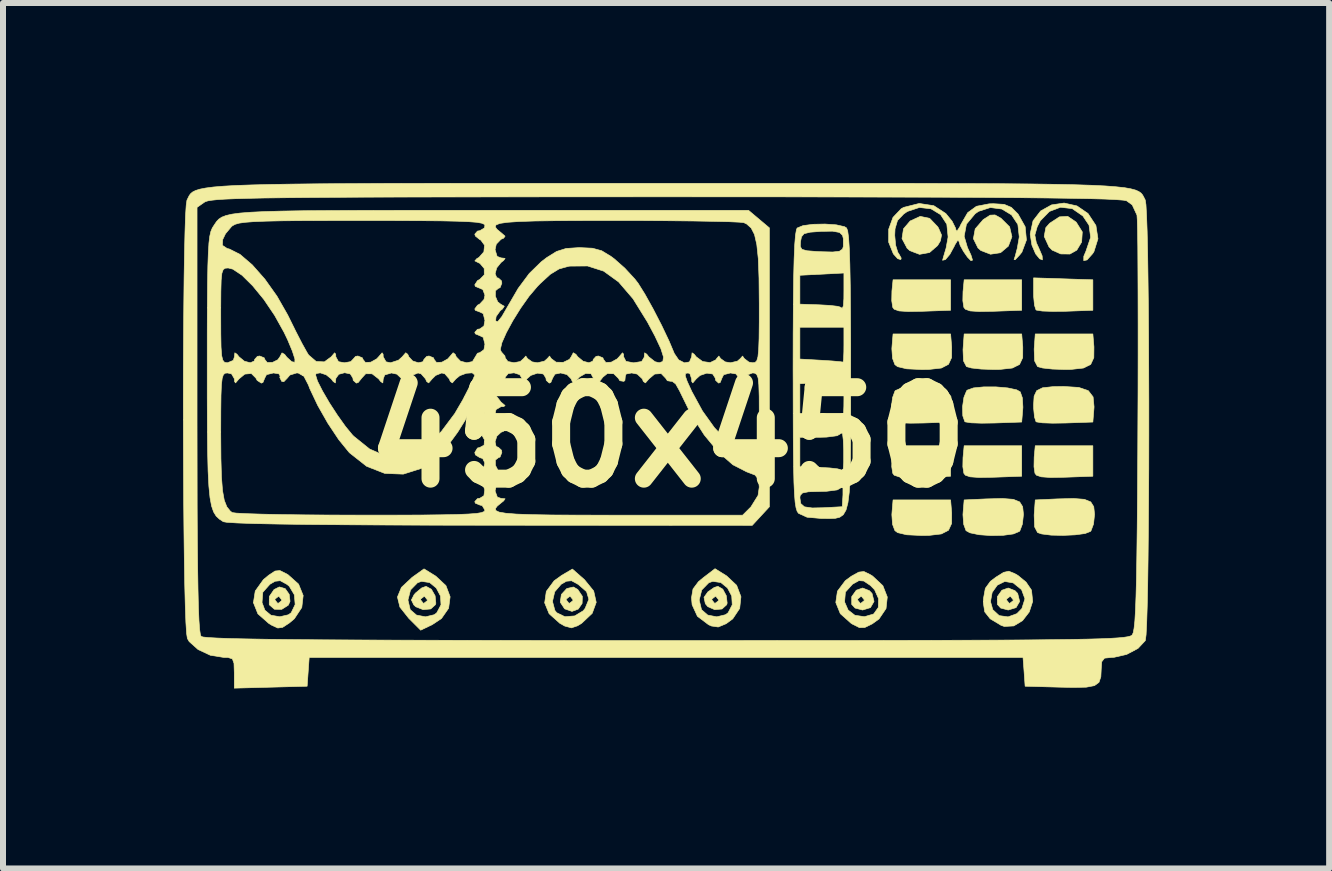
<source format=kicad_pcb>
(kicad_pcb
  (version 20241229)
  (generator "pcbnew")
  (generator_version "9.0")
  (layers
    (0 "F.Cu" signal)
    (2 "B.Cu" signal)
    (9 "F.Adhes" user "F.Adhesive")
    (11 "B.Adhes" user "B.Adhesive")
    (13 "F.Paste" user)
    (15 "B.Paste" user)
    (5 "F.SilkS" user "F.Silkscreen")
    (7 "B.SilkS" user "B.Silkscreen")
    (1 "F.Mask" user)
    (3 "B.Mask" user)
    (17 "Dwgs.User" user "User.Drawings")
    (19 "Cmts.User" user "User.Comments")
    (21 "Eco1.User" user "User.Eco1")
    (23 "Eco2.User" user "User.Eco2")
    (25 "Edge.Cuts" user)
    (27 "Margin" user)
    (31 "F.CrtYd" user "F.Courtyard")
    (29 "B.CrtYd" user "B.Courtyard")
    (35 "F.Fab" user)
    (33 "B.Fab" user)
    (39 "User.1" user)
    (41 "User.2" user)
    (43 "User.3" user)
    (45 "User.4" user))
  (footprint "450x450"
    (layer "F.Cu")
    (at 8.08 4.238)
    (property "Reference" "450x450" (at 0 0 0) (layer "F.SilkS") (effects (font (size 1.524 1.524) (thickness 0.3))))
    (attr through_hole)
    (fp_poly (pts (xy 4.713 -2.117) (xy 4.247 -2.1) (xy 4.004 -2.096) (xy 3.853 -2.106) (xy 3.773 -2.134) (xy 3.749 -2.165) (xy 3.732 -2.276) (xy 3.735 -2.431) (xy 3.735 -2.436) (xy 3.754 -2.625) (xy 4.713 -2.625) (xy 4.713 -2.117)) (stroke (width 0.01) (type solid)) (fill yes) (layer "F.SilkS"))
    (fp_poly (pts (xy 4.713 0.649) (xy 4.247 0.666) (xy 4.004 0.67) (xy 3.853 0.659) (xy 3.773 0.632) (xy 3.749 0.6) (xy 3.732 0.49) (xy 3.735 0.335) (xy 3.735 0.33) (xy 3.754 0.141) (xy 4.713 0.141) (xy 4.713 0.649)) (stroke (width 0.01) (type solid)) (fill yes) (layer "F.SilkS"))
    (fp_poly (pts (xy 5.898 -2.117) (xy 5.432 -2.1) (xy 5.189 -2.096) (xy 5.038 -2.106) (xy 4.959 -2.134) (xy 4.934 -2.165) (xy 4.917 -2.276) (xy 4.92 -2.431) (xy 4.921 -2.436) (xy 4.939 -2.625) (xy 5.898 -2.625) (xy 5.898 -2.117)) (stroke (width 0.01) (type solid)) (fill yes) (layer "F.SilkS"))
    (fp_poly (pts (xy 5.898 0.649) (xy 5.432 0.666) (xy 5.189 0.67) (xy 5.038 0.659) (xy 4.959 0.632) (xy 4.934 0.6) (xy 4.917 0.49) (xy 4.92 0.335) (xy 4.921 0.33) (xy 4.939 0.141) (xy 5.898 0.141) (xy 5.898 0.649)) (stroke (width 0.01) (type solid)) (fill yes) (layer "F.SilkS"))
    (fp_poly (pts (xy 7.084 -2.625) (xy 7.084 -2.117) (xy 6.63 -2.1) (xy 6.413 -2.098) (xy 6.241 -2.104) (xy 6.145 -2.119) (xy 6.136 -2.124) (xy 6.111 -2.2) (xy 6.097 -2.346) (xy 6.096 -2.41) (xy 6.096 -2.657) (xy 7.084 -2.625)) (stroke (width 0.01) (type solid)) (fill yes) (layer "F.SilkS"))
    (fp_poly (pts (xy 7.084 0.649) (xy 6.617 0.666) (xy 6.375 0.67) (xy 6.224 0.659) (xy 6.144 0.632) (xy 6.119 0.6) (xy 6.103 0.49) (xy 6.106 0.335) (xy 6.106 0.33) (xy 6.124 0.141) (xy 7.084 0.141) (xy 7.084 0.649)) (stroke (width 0.01) (type solid)) (fill yes) (layer "F.SilkS"))
    (fp_poly (pts (xy 4.364 -3.649) (xy 4.499 -3.508) (xy 4.512 -3.486) (xy 4.562 -3.371) (xy 4.544 -3.275) (xy 4.497 -3.196) (xy 4.362 -3.079) (xy 4.195 -3.049) (xy 4.034 -3.11) (xy 3.988 -3.151) (xy 3.903 -3.312) (xy 3.928 -3.475) (xy 4.039 -3.605) (xy 4.207 -3.682) (xy 4.364 -3.649)) (stroke (width 0.01) (type solid)) (fill yes) (layer "F.SilkS"))
    (fp_poly (pts (xy 4.731 -1.506) (xy 4.73 -1.328) (xy 4.678 -1.216) (xy 4.559 -1.154) (xy 4.355 -1.131) (xy 4.233 -1.129) (xy 3.981 -1.141) (xy 3.83 -1.177) (xy 3.785 -1.21) (xy 3.745 -1.316) (xy 3.734 -1.475) (xy 3.736 -1.506) (xy 3.754 -1.722) (xy 4.713 -1.722) (xy 4.731 -1.506)) (stroke (width 0.01) (type solid)) (fill yes) (layer "F.SilkS"))
    (fp_poly (pts (xy 4.731 1.26) (xy 4.73 1.437) (xy 4.678 1.55) (xy 4.559 1.611) (xy 4.355 1.635) (xy 4.233 1.637) (xy 3.981 1.625) (xy 3.83 1.589) (xy 3.785 1.556) (xy 3.745 1.45) (xy 3.734 1.291) (xy 3.736 1.26) (xy 3.754 1.044) (xy 4.713 1.044) (xy 4.731 1.26)) (stroke (width 0.01) (type solid)) (fill yes) (layer "F.SilkS"))
    (fp_poly (pts (xy 5.552 -3.651) (xy 5.697 -3.507) (xy 5.735 -3.342) (xy 5.676 -3.186) (xy 5.545 -3.076) (xy 5.378 -3.051) (xy 5.217 -3.113) (xy 5.169 -3.156) (xy 5.093 -3.31) (xy 5.123 -3.473) (xy 5.253 -3.624) (xy 5.26 -3.63) (xy 5.372 -3.702) (xy 5.453 -3.706) (xy 5.552 -3.651)) (stroke (width 0.01) (type solid)) (fill yes) (layer "F.SilkS"))
    (fp_poly (pts (xy 5.916 -1.506) (xy 5.915 -1.327) (xy 5.862 -1.214) (xy 5.742 -1.154) (xy 5.535 -1.131) (xy 5.426 -1.13) (xy 5.223 -1.137) (xy 5.06 -1.155) (xy 4.978 -1.178) (xy 4.928 -1.273) (xy 4.92 -1.461) (xy 4.921 -1.473) (xy 4.939 -1.722) (xy 5.898 -1.722) (xy 5.916 -1.506)) (stroke (width 0.01) (type solid)) (fill yes) (layer "F.SilkS"))
    (fp_poly (pts (xy 6.802 -3.589) (xy 6.808 -3.583) (xy 6.908 -3.423) (xy 6.897 -3.254) (xy 6.816 -3.119) (xy 6.701 -3.054) (xy 6.548 -3.056) (xy 6.406 -3.119) (xy 6.353 -3.173) (xy 6.273 -3.348) (xy 6.3 -3.494) (xy 6.364 -3.567) (xy 6.527 -3.674) (xy 6.665 -3.682) (xy 6.802 -3.589)) (stroke (width 0.01) (type solid)) (fill yes) (layer "F.SilkS"))
    (fp_poly (pts (xy 7.102 -1.506) (xy 7.1 -1.327) (xy 7.048 -1.214) (xy 6.927 -1.154) (xy 6.72 -1.131) (xy 6.611 -1.13) (xy 6.408 -1.137) (xy 6.245 -1.155) (xy 6.163 -1.178) (xy 6.113 -1.273) (xy 6.106 -1.461) (xy 6.106 -1.473) (xy 6.124 -1.722) (xy 7.084 -1.722) (xy 7.102 -1.506)) (stroke (width 0.01) (type solid)) (fill yes) (layer "F.SilkS"))
    (fp_poly (pts (xy 6.85 -0.831) (xy 7.008 -0.777) (xy 7.088 -0.673) (xy 7.104 -0.507) (xy 7.102 -0.478) (xy 7.084 -0.254) (xy 6.63 -0.238) (xy 6.413 -0.235) (xy 6.241 -0.241) (xy 6.145 -0.256) (xy 6.136 -0.261) (xy 6.111 -0.338) (xy 6.097 -0.482) (xy 6.096 -0.54) (xy 6.105 -0.686) (xy 6.148 -0.777) (xy 6.245 -0.825) (xy 6.418 -0.844) (xy 6.598 -0.847) (xy 6.85 -0.831)) (stroke (width 0.01) (type solid)) (fill yes) (layer "F.SilkS"))
    (fp_poly (pts (xy 4.461 -0.828) (xy 4.61 -0.795) (xy 4.65 -0.774) (xy 4.719 -0.679) (xy 4.734 -0.519) (xy 4.731 -0.478) (xy 4.713 -0.254) (xy 4.259 -0.238) (xy 4.042 -0.235) (xy 3.871 -0.241) (xy 3.774 -0.256) (xy 3.765 -0.261) (xy 3.732 -0.354) (xy 3.727 -0.504) (xy 3.745 -0.66) (xy 3.785 -0.769) (xy 3.793 -0.779) (xy 3.892 -0.82) (xy 4.063 -0.841) (xy 4.266 -0.844) (xy 4.461 -0.828)) (stroke (width 0.01) (type solid)) (fill yes) (layer "F.SilkS"))
    (fp_poly (pts (xy 5.468 -0.84) (xy 5.664 -0.823) (xy 5.814 -0.791) (xy 5.874 -0.757) (xy 5.909 -0.657) (xy 5.918 -0.502) (xy 5.916 -0.47) (xy 5.898 -0.254) (xy 5.444 -0.238) (xy 5.228 -0.235) (xy 5.056 -0.241) (xy 4.96 -0.256) (xy 4.95 -0.261) (xy 4.916 -0.358) (xy 4.912 -0.51) (xy 4.935 -0.666) (xy 4.98 -0.775) (xy 4.991 -0.786) (xy 5.094 -0.823) (xy 5.265 -0.84) (xy 5.468 -0.84)) (stroke (width 0.01) (type solid)) (fill yes) (layer "F.SilkS"))
    (fp_poly (pts (xy 5.758 1.034) (xy 5.864 1.077) (xy 5.914 1.157) (xy 5.927 1.282) (xy 5.927 1.288) (xy 5.91 1.446) (xy 5.868 1.558) (xy 5.859 1.569) (xy 5.759 1.611) (xy 5.589 1.634) (xy 5.386 1.638) (xy 5.188 1.624) (xy 5.035 1.592) (xy 4.97 1.556) (xy 4.931 1.45) (xy 4.919 1.291) (xy 4.921 1.26) (xy 4.939 1.044) (xy 5.304 1.027) (xy 5.578 1.02) (xy 5.758 1.034)) (stroke (width 0.01) (type solid)) (fill yes) (layer "F.SilkS"))
    (fp_poly (pts (xy 6.943 1.034) (xy 7.049 1.077) (xy 7.099 1.157) (xy 7.112 1.282) (xy 7.112 1.288) (xy 7.095 1.446) (xy 7.053 1.558) (xy 7.044 1.569) (xy 6.954 1.604) (xy 6.79 1.626) (xy 6.589 1.635) (xy 6.39 1.631) (xy 6.231 1.611) (xy 6.163 1.588) (xy 6.113 1.493) (xy 6.106 1.305) (xy 6.106 1.293) (xy 6.124 1.044) (xy 6.489 1.027) (xy 6.763 1.02) (xy 6.943 1.034)) (stroke (width 0.01) (type solid)) (fill yes) (layer "F.SilkS"))
    (fp_poly (pts (xy -1.501 2.536) (xy -1.424 2.651) (xy -1.428 2.769) (xy -1.492 2.863) (xy -1.597 2.902) (xy -1.72 2.859) (xy -1.793 2.748) (xy -1.787 2.709) (xy -1.693 2.709) (xy -1.65 2.764) (xy -1.637 2.766) (xy -1.582 2.723) (xy -1.58 2.709) (xy -1.623 2.655) (xy -1.637 2.653) (xy -1.692 2.696) (xy -1.693 2.709) (xy -1.787 2.709) (xy -1.774 2.619) (xy -1.684 2.521) (xy -1.573 2.495) (xy -1.501 2.536)) (stroke (width 0.01) (type solid)) (fill yes) (layer "F.SilkS"))
    (fp_poly (pts (xy 3.359 2.556) (xy 3.404 2.603) (xy 3.437 2.736) (xy 3.377 2.839) (xy 3.246 2.879) (xy 3.121 2.846) (xy 3.065 2.786) (xy 3.065 2.709) (xy 3.161 2.709) (xy 3.204 2.764) (xy 3.217 2.766) (xy 3.272 2.723) (xy 3.274 2.709) (xy 3.231 2.655) (xy 3.217 2.653) (xy 3.163 2.696) (xy 3.161 2.709) (xy 3.065 2.709) (xy 3.065 2.656) (xy 3.141 2.549) (xy 3.246 2.512) (xy 3.359 2.556)) (stroke (width 0.01) (type solid)) (fill yes) (layer "F.SilkS"))
    (fp_poly (pts (xy 5.786 2.556) (xy 5.831 2.603) (xy 5.864 2.736) (xy 5.804 2.839) (xy 5.673 2.879) (xy 5.548 2.846) (xy 5.493 2.786) (xy 5.492 2.709) (xy 5.644 2.709) (xy 5.687 2.764) (xy 5.701 2.766) (xy 5.756 2.723) (xy 5.757 2.709) (xy 5.714 2.655) (xy 5.701 2.653) (xy 5.646 2.696) (xy 5.644 2.709) (xy 5.492 2.709) (xy 5.492 2.656) (xy 5.568 2.549) (xy 5.673 2.512) (xy 5.786 2.556)) (stroke (width 0.01) (type solid)) (fill yes) (layer "F.SilkS"))
    (fp_poly (pts (xy -6.377 2.522) (xy -6.31 2.617) (xy -6.296 2.734) (xy -6.325 2.798) (xy -6.435 2.868) (xy -6.557 2.866) (xy -6.64 2.793) (xy -6.643 2.786) (xy -6.642 2.709) (xy -6.548 2.709) (xy -6.505 2.764) (xy -6.491 2.766) (xy -6.436 2.723) (xy -6.435 2.709) (xy -6.478 2.655) (xy -6.491 2.653) (xy -6.546 2.696) (xy -6.548 2.709) (xy -6.642 2.709) (xy -6.642 2.654) (xy -6.563 2.538) (xy -6.475 2.494) (xy -6.377 2.522)) (stroke (width 0.01) (type solid)) (fill yes) (layer "F.SilkS"))
    (fp_poly (pts (xy 0.916 2.531) (xy 0.975 2.641) (xy 0.989 2.762) (xy 0.982 2.79) (xy 0.903 2.862) (xy 0.782 2.873) (xy 0.667 2.823) (xy 0.625 2.773) (xy 0.612 2.709) (xy 0.734 2.709) (xy 0.777 2.764) (xy 0.79 2.766) (xy 0.845 2.723) (xy 0.847 2.709) (xy 0.804 2.655) (xy 0.79 2.653) (xy 0.735 2.696) (xy 0.734 2.709) (xy 0.612 2.709) (xy 0.603 2.667) (xy 0.669 2.575) (xy 0.773 2.503) (xy 0.835 2.484) (xy 0.916 2.531)) (stroke (width 0.01) (type solid)) (fill yes) (layer "F.SilkS"))
    (fp_poly (pts (xy -3.941 2.532) (xy -3.878 2.642) (xy -3.866 2.766) (xy -3.873 2.79) (xy -3.951 2.861) (xy -4.077 2.873) (xy -4.2 2.825) (xy -4.234 2.793) (xy -4.273 2.712) (xy -4.272 2.709) (xy -4.12 2.709) (xy -4.077 2.764) (xy -4.064 2.766) (xy -4.009 2.723) (xy -4.008 2.709) (xy -4.051 2.655) (xy -4.064 2.653) (xy -4.119 2.696) (xy -4.12 2.709) (xy -4.272 2.709) (xy -4.229 2.624) (xy -4.204 2.595) (xy -4.102 2.511) (xy -4.029 2.484) (xy -3.941 2.532)) (stroke (width 0.01) (type solid)) (fill yes) (layer "F.SilkS"))
    (fp_poly (pts (xy -3.866 2.315) (xy -3.698 2.472) (xy -3.628 2.658) (xy -3.653 2.849) (xy -3.772 3.02) (xy -3.925 3.122) (xy -4.119 3.215) (xy -4.317 3.017) (xy -4.465 2.83) (xy -4.494 2.712) (xy -4.331 2.712) (xy -4.293 2.873) (xy -4.189 2.963) (xy -4.038 2.992) (xy -3.893 2.957) (xy -3.85 2.924) (xy -3.78 2.792) (xy -3.789 2.645) (xy -3.859 2.512) (xy -3.97 2.421) (xy -4.105 2.401) (xy -4.172 2.425) (xy -4.288 2.544) (xy -4.331 2.712) (xy -4.494 2.712) (xy -4.506 2.662) (xy -4.44 2.502) (xy -4.263 2.336) (xy -4.233 2.314) (xy -4.063 2.193) (xy -3.866 2.315)) (stroke (width 0.01) (type solid)) (fill yes) (layer "F.SilkS"))
    (fp_poly (pts (xy -1.388 2.374) (xy -1.235 2.562) (xy -1.193 2.751) (xy -1.26 2.934) (xy -1.436 3.1) (xy -1.505 3.142) (xy -1.606 3.176) (xy -1.718 3.146) (xy -1.8 3.1) (xy -1.978 2.941) (xy -2.053 2.758) (xy -2.049 2.736) (xy -1.922 2.736) (xy -1.882 2.886) (xy -1.851 2.924) (xy -1.715 2.99) (xy -1.552 2.977) (xy -1.411 2.892) (xy -1.378 2.851) (xy -1.316 2.7) (xy -1.354 2.573) (xy -1.493 2.452) (xy -1.604 2.391) (xy -1.69 2.399) (xy -1.778 2.45) (xy -1.885 2.575) (xy -1.922 2.736) (xy -2.049 2.736) (xy -2.025 2.568) (xy -1.895 2.392) (xy -1.769 2.301) (xy -1.59 2.196) (xy -1.388 2.374)) (stroke (width 0.01) (type solid)) (fill yes) (layer "F.SilkS"))
    (fp_poly (pts (xy 0.98 2.31) (xy 1.147 2.467) (xy 1.219 2.657) (xy 1.198 2.852) (xy 1.082 3.026) (xy 0.972 3.107) (xy 0.84 3.162) (xy 0.726 3.145) (xy 0.678 3.123) (xy 0.493 2.983) (xy 0.405 2.791) (xy 0.398 2.712) (xy 0.523 2.712) (xy 0.562 2.873) (xy 0.665 2.963) (xy 0.816 2.992) (xy 0.961 2.957) (xy 1.005 2.924) (xy 1.074 2.792) (xy 1.065 2.645) (xy 0.995 2.512) (xy 0.884 2.421) (xy 0.749 2.401) (xy 0.682 2.425) (xy 0.566 2.544) (xy 0.523 2.712) (xy 0.398 2.712) (xy 0.395 2.673) (xy 0.42 2.528) (xy 0.511 2.406) (xy 0.591 2.34) (xy 0.787 2.19) (xy 0.98 2.31)) (stroke (width 0.01) (type solid)) (fill yes) (layer "F.SilkS"))
    (fp_poly (pts (xy 6.819 -3.856) (xy 7.003 -3.73) (xy 7.135 -3.53) (xy 7.169 -3.308) (xy 7.102 -3.094) (xy 7.081 -3.061) (xy 6.987 -2.956) (xy 6.932 -2.944) (xy 6.933 -3.017) (xy 6.969 -3.102) (xy 7.047 -3.333) (xy 7.02 -3.535) (xy 6.917 -3.689) (xy 6.74 -3.811) (xy 6.545 -3.834) (xy 6.36 -3.764) (xy 6.208 -3.608) (xy 6.156 -3.508) (xy 6.117 -3.37) (xy 6.142 -3.242) (xy 6.18 -3.161) (xy 6.239 -3.023) (xy 6.243 -2.957) (xy 6.197 -2.975) (xy 6.13 -3.057) (xy 6.068 -3.203) (xy 6.04 -3.381) (xy 6.04 -3.392) (xy 6.087 -3.608) (xy 6.214 -3.772) (xy 6.395 -3.873) (xy 6.605 -3.904) (xy 6.819 -3.856)) (stroke (width 0.01) (type solid)) (fill yes) (layer "F.SilkS"))
    (fp_poly (pts (xy -6.354 2.276) (xy -6.329 2.291) (xy -6.154 2.447) (xy -6.077 2.637) (xy -6.1 2.836) (xy -6.223 3.023) (xy -6.308 3.095) (xy -6.42 3.168) (xy -6.5 3.179) (xy -6.604 3.131) (xy -6.652 3.101) (xy -6.832 2.942) (xy -6.906 2.757) (xy -6.906 2.754) (xy -6.763 2.754) (xy -6.715 2.882) (xy -6.615 2.965) (xy -6.467 2.991) (xy -6.324 2.958) (xy -6.277 2.924) (xy -6.211 2.787) (xy -6.224 2.625) (xy -6.309 2.483) (xy -6.35 2.45) (xy -6.46 2.39) (xy -6.547 2.4) (xy -6.632 2.45) (xy -6.75 2.583) (xy -6.763 2.754) (xy -6.906 2.754) (xy -6.876 2.562) (xy -6.74 2.372) (xy -6.652 2.299) (xy -6.546 2.229) (xy -6.465 2.221) (xy -6.354 2.276)) (stroke (width 0.01) (type solid)) (fill yes) (layer "F.SilkS"))
    (fp_poly (pts (xy 3.369 2.286) (xy 3.413 2.313) (xy 3.584 2.473) (xy 3.658 2.662) (xy 3.637 2.855) (xy 3.52 3.028) (xy 3.408 3.109) (xy 3.283 3.17) (xy 3.193 3.172) (xy 3.077 3.114) (xy 3.053 3.099) (xy 2.875 2.94) (xy 2.8 2.755) (xy 2.801 2.744) (xy 2.946 2.744) (xy 3.005 2.879) (xy 3.117 2.966) (xy 3.277 2.99) (xy 3.43 2.945) (xy 3.431 2.944) (xy 3.508 2.836) (xy 3.512 2.689) (xy 3.446 2.541) (xy 3.376 2.469) (xy 3.265 2.395) (xy 3.185 2.389) (xy 3.079 2.448) (xy 2.96 2.58) (xy 2.946 2.744) (xy 2.801 2.744) (xy 2.827 2.565) (xy 2.958 2.39) (xy 3.058 2.316) (xy 3.183 2.247) (xy 3.268 2.237) (xy 3.369 2.286)) (stroke (width 0.01) (type solid)) (fill yes) (layer "F.SilkS"))
    (fp_poly (pts (xy 5.779 2.27) (xy 5.836 2.303) (xy 5.971 2.414) (xy 6.06 2.545) (xy 6.062 2.552) (xy 6.081 2.736) (xy 6.024 2.911) (xy 5.912 3.056) (xy 5.766 3.144) (xy 5.608 3.153) (xy 5.552 3.133) (xy 5.373 3.025) (xy 5.282 2.91) (xy 5.258 2.755) (xy 5.258 2.738) (xy 5.378 2.738) (xy 5.416 2.873) (xy 5.523 2.972) (xy 5.671 2.993) (xy 5.818 2.939) (xy 5.901 2.854) (xy 5.952 2.692) (xy 5.896 2.54) (xy 5.757 2.427) (xy 5.616 2.403) (xy 5.492 2.464) (xy 5.406 2.585) (xy 5.378 2.738) (xy 5.258 2.738) (xy 5.261 2.688) (xy 5.292 2.517) (xy 5.377 2.4) (xy 5.47 2.33) (xy 5.597 2.251) (xy 5.683 2.232) (xy 5.779 2.27)) (stroke (width 0.01) (type solid)) (fill yes) (layer "F.SilkS"))
    (fp_poly (pts (xy 4.433 -3.86) (xy 4.633 -3.73) (xy 4.738 -3.601) (xy 4.796 -3.485) (xy 4.8 -3.462) (xy 4.818 -3.434) (xy 4.865 -3.505) (xy 4.886 -3.55) (xy 4.998 -3.744) (xy 5.144 -3.85) (xy 5.356 -3.891) (xy 5.428 -3.893) (xy 5.606 -3.882) (xy 5.725 -3.832) (xy 5.837 -3.721) (xy 5.956 -3.509) (xy 5.977 -3.288) (xy 5.901 -3.085) (xy 5.865 -3.04) (xy 5.789 -2.959) (xy 5.771 -2.962) (xy 5.79 -3.02) (xy 5.825 -3.153) (xy 5.855 -3.325) (xy 5.857 -3.342) (xy 5.834 -3.547) (xy 5.729 -3.706) (xy 5.567 -3.804) (xy 5.376 -3.829) (xy 5.18 -3.766) (xy 5.122 -3.726) (xy 4.977 -3.552) (xy 4.939 -3.35) (xy 4.994 -3.163) (xy 5.053 -3.036) (xy 5.078 -2.955) (xy 5.078 -2.952) (xy 5.052 -2.944) (xy 4.994 -3.003) (xy 4.927 -3.099) (xy 4.872 -3.199) (xy 4.852 -3.266) (xy 4.832 -3.284) (xy 4.787 -3.212) (xy 4.773 -3.182) (xy 4.7 -3.048) (xy 4.628 -2.963) (xy 4.624 -2.961) (xy 4.579 -2.95) (xy 4.599 -3.023) (xy 4.6 -3.025) (xy 4.638 -3.154) (xy 4.669 -3.324) (xy 4.671 -3.341) (xy 4.65 -3.551) (xy 4.546 -3.711) (xy 4.386 -3.808) (xy 4.193 -3.83) (xy 3.993 -3.764) (xy 3.931 -3.721) (xy 3.828 -3.613) (xy 3.787 -3.474) (xy 3.782 -3.366) (xy 3.797 -3.201) (xy 3.834 -3.081) (xy 3.849 -3.06) (xy 3.89 -2.987) (xy 3.883 -2.961) (xy 3.831 -2.977) (xy 3.759 -3.057) (xy 3.68 -3.253) (xy 3.681 -3.468) (xy 3.753 -3.665) (xy 3.89 -3.809) (xy 3.932 -3.832) (xy 4.19 -3.897) (xy 4.433 -3.86)) (stroke (width 0.01) (type solid)) (fill yes) (layer "F.SilkS"))
    (fp_poly (pts (xy 2.808 -3.541) (xy 2.945 -3.51) (xy 2.98 -3.488) (xy 2.998 -3.439) (xy 3.013 -3.327) (xy 3.025 -3.143) (xy 3.034 -2.882) (xy 3.041 -2.534) (xy 3.045 -2.094) (xy 3.048 -1.553) (xy 3.048 -1.11) (xy 3.048 -0.518) (xy 3.048 -0.029) (xy 3.045 0.367) (xy 3.038 0.679) (xy 3.024 0.917) (xy 3.002 1.092) (xy 2.97 1.213) (xy 2.925 1.29) (xy 2.866 1.332) (xy 2.79 1.351) (xy 2.697 1.354) (xy 2.583 1.353) (xy 2.558 1.353) (xy 2.32 1.332) (xy 2.18 1.268) (xy 2.177 1.266) (xy 2.155 1.233) (xy 2.137 1.175) (xy 2.122 1.082) (xy 2.116 1.007) (xy 2.201 1.007) (xy 2.216 1.105) (xy 2.277 1.159) (xy 2.407 1.178) (xy 2.594 1.174) (xy 2.907 1.157) (xy 2.919 0.96) (xy 2.919 0.85) (xy 2.906 0.823) (xy 2.9 0.833) (xy 2.823 0.877) (xy 2.646 0.9) (xy 2.535 0.903) (xy 2.346 0.908) (xy 2.245 0.928) (xy 2.206 0.97) (xy 2.201 1.007) (xy 2.116 1.007) (xy 2.111 0.944) (xy 2.102 0.751) (xy 2.096 0.491) (xy 2.092 0.156) (xy 2.091 0) (xy 2.201 0) (xy 2.201 0.491) (xy 2.523 0.501) (xy 2.702 0.511) (xy 2.83 0.526) (xy 2.871 0.538) (xy 2.905 0.559) (xy 2.924 0.524) (xy 2.931 0.414) (xy 2.931 0.212) (xy 2.924 0.042) (xy 2.912 -0.059) (xy 2.898 -0.071) (xy 2.822 -0.026) (xy 2.645 -0.003) (xy 2.535 0) (xy 2.201 0) (xy 2.091 0) (xy 2.09 -0.266) (xy 2.089 -0.785) (xy 2.089 -0.893) (xy 2.201 -0.893) (xy 2.201 -0.4) (xy 2.554 -0.38) (xy 2.74 -0.368) (xy 2.873 -0.357) (xy 2.921 -0.35) (xy 2.929 -0.394) (xy 2.934 -0.52) (xy 2.935 -0.635) (xy 2.935 -0.931) (xy 2.568 -0.912) (xy 2.201 -0.893) (xy 2.089 -0.893) (xy 2.088 -1.122) (xy 2.089 -1.736) (xy 2.09 -1.834) (xy 2.201 -1.834) (xy 2.201 -1.304) (xy 2.554 -1.284) (xy 2.74 -1.272) (xy 2.873 -1.26) (xy 2.921 -1.253) (xy 2.929 -1.297) (xy 2.934 -1.423) (xy 2.935 -1.538) (xy 2.935 -1.834) (xy 2.201 -1.834) (xy 2.09 -1.834) (xy 2.092 -2.244) (xy 2.097 -2.654) (xy 2.098 -2.7) (xy 2.201 -2.7) (xy 2.201 -2.219) (xy 2.523 -2.208) (xy 2.702 -2.198) (xy 2.83 -2.183) (xy 2.871 -2.171) (xy 2.907 -2.15) (xy 2.926 -2.19) (xy 2.934 -2.31) (xy 2.935 -2.441) (xy 2.935 -2.738) (xy 2.568 -2.719) (xy 2.201 -2.7) (xy 2.098 -2.7) (xy 2.105 -2.974) (xy 2.114 -3.179) (xy 2.208 -3.179) (xy 2.236 -3.132) (xy 2.32 -3.109) (xy 2.486 -3.096) (xy 2.551 -3.093) (xy 2.748 -3.088) (xy 2.859 -3.1) (xy 2.911 -3.136) (xy 2.925 -3.179) (xy 2.925 -3.313) (xy 2.912 -3.365) (xy 2.862 -3.414) (xy 2.745 -3.435) (xy 2.555 -3.432) (xy 2.371 -3.418) (xy 2.271 -3.393) (xy 2.228 -3.342) (xy 2.212 -3.262) (xy 2.208 -3.179) (xy 2.114 -3.179) (xy 2.115 -3.21) (xy 2.128 -3.37) (xy 2.144 -3.462) (xy 2.156 -3.488) (xy 2.254 -3.528) (xy 2.422 -3.55) (xy 2.62 -3.554) (xy 2.808 -3.541)) (stroke (width 0.01) (type solid)) (fill yes) (layer "F.SilkS"))
    (fp_poly (pts (xy 2.947 -4.233) (xy 3.739 -4.233) (xy 4.44 -4.231) (xy 5.057 -4.229) (xy 5.595 -4.226) (xy 6.059 -4.222) (xy 6.455 -4.216) (xy 6.788 -4.209) (xy 7.065 -4.2) (xy 7.291 -4.189) (xy 7.472 -4.175) (xy 7.612 -4.16) (xy 7.718 -4.141) (xy 7.796 -4.12) (xy 7.85 -4.096) (xy 7.888 -4.069) (xy 7.913 -4.039) (xy 7.932 -4.004) (xy 7.951 -3.967) (xy 7.957 -3.954) (xy 7.969 -3.876) (xy 7.979 -3.697) (xy 7.989 -3.429) (xy 7.997 -3.083) (xy 8.003 -2.672) (xy 8.009 -2.206) (xy 8.013 -1.699) (xy 8.015 -1.161) (xy 8.017 -0.604) (xy 8.017 -0.041) (xy 8.016 0.517) (xy 8.013 1.058) (xy 8.009 1.571) (xy 8.004 2.043) (xy 7.998 2.463) (xy 7.99 2.819) (xy 7.981 3.1) (xy 7.971 3.292) (xy 7.959 3.385) (xy 7.957 3.39) (xy 7.836 3.519) (xy 7.647 3.619) (xy 7.437 3.667) (xy 7.397 3.669) (xy 7.278 3.681) (xy 7.232 3.741) (xy 7.224 3.852) (xy 7.217 3.992) (xy 7.186 4.084) (xy 7.111 4.139) (xy 6.974 4.165) (xy 6.757 4.169) (xy 6.543 4.165) (xy 5.955 4.149) (xy 5.938 3.909) (xy 5.92 3.669) (xy -5.977 3.669) (xy -5.994 3.909) (xy -6.011 4.149) (xy -6.618 4.165) (xy -7.225 4.181) (xy -7.225 3.925) (xy -7.23 3.768) (xy -7.257 3.693) (xy -7.33 3.67) (xy -7.4 3.669) (xy -7.624 3.633) (xy -7.829 3.537) (xy -7.977 3.405) (xy -8.007 3.353) (xy -8.02 3.269) (xy -8.032 3.085) (xy -8.042 2.811) (xy -8.051 2.461) (xy -8.058 2.046) (xy -8.064 1.578) (xy -8.069 1.069) (xy -8.072 0.53) (xy -8.074 -0.027) (xy -8.075 -0.589) (xy -8.074 -1.145) (xy -8.071 -1.684) (xy -8.067 -2.192) (xy -8.062 -2.659) (xy -8.055 -3.072) (xy -8.047 -3.42) (xy -8.038 -3.691) (xy -8.029 -3.832) (xy -7.846 -3.832) (xy -7.846 -0.29) (xy -7.845 0.476) (xy -7.844 1.136) (xy -7.841 1.695) (xy -7.836 2.16) (xy -7.83 2.537) (xy -7.823 2.832) (xy -7.814 3.052) (xy -7.803 3.203) (xy -7.79 3.29) (xy -7.778 3.319) (xy -7.743 3.329) (xy -7.655 3.338) (xy -7.51 3.346) (xy -7.305 3.354) (xy -7.033 3.36) (xy -6.692 3.366) (xy -6.276 3.371) (xy -5.781 3.375) (xy -5.203 3.378) (xy -4.538 3.381) (xy -3.781 3.383) (xy -2.927 3.385) (xy -1.973 3.386) (xy -0.913 3.387) (xy -0.024 3.387) (xy 1.066 3.387) (xy 2.049 3.386) (xy 2.93 3.386) (xy 3.715 3.385) (xy 4.409 3.384) (xy 5.019 3.382) (xy 5.549 3.38) (xy 6.005 3.377) (xy 6.393 3.373) (xy 6.718 3.369) (xy 6.986 3.364) (xy 7.202 3.358) (xy 7.373 3.351) (xy 7.503 3.343) (xy 7.599 3.334) (xy 7.665 3.324) (xy 7.708 3.313) (xy 7.732 3.301) (xy 7.74 3.293) (xy 7.757 3.256) (xy 7.771 3.181) (xy 7.784 3.06) (xy 7.794 2.887) (xy 7.803 2.652) (xy 7.811 2.349) (xy 7.817 1.969) (xy 7.823 1.505) (xy 7.828 0.948) (xy 7.832 0.291) (xy 7.834 -0.164) (xy 7.837 -0.775) (xy 7.838 -1.356) (xy 7.838 -1.896) (xy 7.837 -2.386) (xy 7.835 -2.815) (xy 7.833 -3.171) (xy 7.829 -3.445) (xy 7.824 -3.627) (xy 7.819 -3.703) (xy 7.74 -3.873) (xy 7.645 -3.942) (xy 7.591 -3.952) (xy 7.473 -3.961) (xy 7.288 -3.97) (xy 7.032 -3.977) (xy 6.699 -3.983) (xy 6.288 -3.989) (xy 5.794 -3.994) (xy 5.212 -3.998) (xy 4.54 -4.001) (xy 3.774 -4.003) (xy 2.909 -4.005) (xy 1.942 -4.007) (xy 0.869 -4.007) (xy -0.047 -4.008) (xy -1.131 -4.007) (xy -2.108 -4.007) (xy -2.984 -4.006) (xy -3.763 -4.005) (xy -4.452 -4.004) (xy -5.057 -4.002) (xy -5.581 -3.999) (xy -6.033 -3.996) (xy -6.416 -3.992) (xy -6.736 -3.988) (xy -7 -3.982) (xy -7.213 -3.976) (xy -7.38 -3.969) (xy -7.506 -3.961) (xy -7.599 -3.951) (xy -7.662 -3.941) (xy -7.702 -3.929) (xy -7.72 -3.92) (xy -7.846 -3.832) (xy -8.029 -3.832) (xy -8.026 -3.873) (xy -8.014 -3.954) (xy -8.013 -3.954) (xy -7.994 -3.993) (xy -7.976 -4.029) (xy -7.953 -4.06) (xy -7.92 -4.088) (xy -7.871 -4.113) (xy -7.801 -4.135) (xy -7.704 -4.154) (xy -7.575 -4.171) (xy -7.407 -4.185) (xy -7.196 -4.197) (xy -6.935 -4.206) (xy -6.619 -4.214) (xy -6.243 -4.22) (xy -5.8 -4.225) (xy -5.286 -4.228) (xy -4.694 -4.231) (xy -4.019 -4.232) (xy -3.255 -4.233) (xy -2.397 -4.233) (xy -1.438 -4.233) (xy -0.375 -4.233) (xy -0.028 -4.233) (xy 1.069 -4.233) (xy 2.058 -4.233) (xy 2.947 -4.233)) (stroke (width 0.01) (type solid)) (fill yes) (layer "F.SilkS"))
    (fp_poly (pts (xy -3.025 -3.782) (xy 1.346 -3.782) (xy 1.693 -3.49) (xy 1.693 1.158) (xy 1.55 1.313) (xy 1.407 1.468) (xy -2.952 1.466) (xy -3.869 1.465) (xy -4.684 1.462) (xy -5.395 1.458) (xy -6.002 1.453) (xy -6.501 1.446) (xy -6.894 1.438) (xy -7.177 1.428) (xy -7.349 1.417) (xy -7.408 1.407) (xy -7.473 1.364) (xy -7.527 1.314) (xy -7.57 1.244) (xy -7.604 1.145) (xy -7.63 1.005) (xy -7.649 0.814) (xy -7.662 0.562) (xy -7.67 0.238) (xy -7.673 -0.053) (xy -7.451 -0.053) (xy -7.448 0.354) (xy -7.439 0.664) (xy -7.421 0.891) (xy -7.392 1.051) (xy -7.349 1.159) (xy -7.291 1.231) (xy -7.259 1.255) (xy -7.19 1.264) (xy -7.021 1.273) (xy -6.765 1.281) (xy -6.436 1.288) (xy -6.045 1.293) (xy -5.606 1.296) (xy -5.132 1.297) (xy -5.122 1.297) (xy -4.578 1.297) (xy -4.136 1.296) (xy -3.786 1.292) (xy -3.518 1.287) (xy -3.322 1.279) (xy -3.187 1.269) (xy -3.104 1.255) (xy -3.061 1.237) (xy -3.048 1.215) (xy -3.048 1.214) (xy -3.093 1.139) (xy -3.133 1.129) (xy -3.208 1.098) (xy -3.217 1.072) (xy -3.172 1.022) (xy -3.133 1.016) (xy -3.065 0.974) (xy -3.051 0.876) (xy -3.09 0.765) (xy -3.147 0.702) (xy -3.215 0.643) (xy -3.19 0.608) (xy -3.147 0.591) (xy -3.072 0.523) (xy -3.05 0.428) (xy -3.085 0.354) (xy -3.133 0.339) (xy -3.207 0.293) (xy -3.217 0.254) (xy -3.172 0.179) (xy -3.133 0.169) (xy -3.062 0.131) (xy -3.056 0.041) (xy -3.113 -0.059) (xy -3.147 -0.089) (xy -3.215 -0.148) (xy -3.19 -0.182) (xy -3.147 -0.2) (xy -3.066 -0.279) (xy -3.052 -0.387) (xy -2.879 -0.387) (xy -2.836 -0.256) (xy -2.78 -0.194) (xy -2.712 -0.135) (xy -2.737 -0.1) (xy -2.78 -0.083) (xy -2.849 -0.019) (xy -2.879 0.075) (xy -2.862 0.152) (xy -2.822 0.169) (xy -2.772 0.215) (xy -2.766 0.254) (xy -2.796 0.329) (xy -2.822 0.339) (xy -2.874 0.379) (xy -2.873 0.467) (xy -2.828 0.555) (xy -2.78 0.591) (xy -2.712 0.626) (xy -2.737 0.669) (xy -2.78 0.702) (xy -2.861 0.814) (xy -2.879 0.895) (xy -2.841 0.997) (xy -2.78 1.018) (xy -2.712 1.025) (xy -2.736 1.06) (xy -2.78 1.095) (xy -2.842 1.146) (xy -2.873 1.187) (xy -2.866 1.221) (xy -2.811 1.247) (xy -2.699 1.266) (xy -2.522 1.28) (xy -2.269 1.289) (xy -1.933 1.295) (xy -1.504 1.297) (xy -0.974 1.298) (xy -0.816 1.298) (xy 1.247 1.298) (xy 1.385 1.16) (xy 1.504 0.969) (xy 1.524 0.83) (xy 1.512 0.701) (xy 1.453 0.629) (xy 1.317 0.577) (xy 1.312 0.575) (xy 1.084 0.458) (xy 0.844 0.248) (xy 0.608 -0.038) (xy 0.388 -0.381) (xy 0.2 -0.765) (xy 0.197 -0.772) (xy 0.131 -0.889) (xy 0.07 -0.935) (xy 0.057 -0.932) (xy -0.008 -0.943) (xy -0.035 -0.984) (xy -0.075 -1.026) (xy 0.29 -1.026) (xy 0.323 -0.932) (xy 0.401 -0.761) (xy 0.405 -0.754) (xy 0.577 -0.439) (xy 0.776 -0.161) (xy 0.985 0.062) (xy 1.189 0.215) (xy 1.372 0.281) (xy 1.397 0.282) (xy 1.451 0.278) (xy 1.486 0.253) (xy 1.508 0.188) (xy 1.519 0.064) (xy 1.523 -0.136) (xy 1.524 -0.395) (xy 1.523 -0.681) (xy 1.517 -0.873) (xy 1.505 -0.989) (xy 1.481 -1.049) (xy 1.444 -1.07) (xy 1.411 -1.072) (xy 1.319 -1.037) (xy 1.298 -0.988) (xy 1.268 -0.913) (xy 1.242 -0.903) (xy 1.192 -0.949) (xy 1.185 -0.988) (xy 1.136 -1.056) (xy 1.044 -1.072) (xy 0.931 -1.043) (xy 0.903 -0.988) (xy 0.873 -0.913) (xy 0.847 -0.903) (xy 0.797 -0.949) (xy 0.79 -0.988) (xy 0.748 -1.055) (xy 0.65 -1.069) (xy 0.538 -1.031) (xy 0.474 -0.974) (xy 0.416 -0.906) (xy 0.399 -0.929) (xy 0.397 -0.974) (xy 0.369 -1.057) (xy 0.339 -1.072) (xy 0.297 -1.065) (xy 0.29 -1.026) (xy -0.075 -1.026) (xy -0.11 -1.062) (xy -0.219 -1.054) (xy -0.314 -0.974) (xy -0.373 -0.906) (xy -0.408 -0.931) (xy -0.425 -0.974) (xy -0.509 -1.053) (xy -0.602 -1.072) (xy -0.694 -1.055) (xy -0.708 -1.02) (xy -0.715 -0.947) (xy -0.733 -0.932) (xy -0.799 -0.943) (xy -0.825 -0.984) (xy -0.901 -1.059) (xy -1.008 -1.063) (xy -1.089 -0.997) (xy -1.093 -0.988) (xy -1.153 -0.913) (xy -1.184 -0.903) (xy -1.235 -0.949) (xy -1.242 -0.988) (xy -1.28 -1.059) (xy -1.37 -1.064) (xy -1.47 -1.007) (xy -1.5 -0.974) (xy -1.559 -0.906) (xy -1.593 -0.931) (xy -1.611 -0.974) (xy -1.68 -1.045) (xy -1.786 -1.072) (xy -1.881 -1.052) (xy -1.919 -0.988) (xy -1.95 -0.913) (xy -1.976 -0.903) (xy -2.026 -0.949) (xy -2.032 -0.988) (xy -2.074 -1.055) (xy -2.172 -1.069) (xy -2.284 -1.031) (xy -2.349 -0.974) (xy -2.406 -0.906) (xy -2.424 -0.929) (xy -2.425 -0.974) (xy -2.469 -1.044) (xy -2.563 -1.074) (xy -2.66 -1.062) (xy -2.709 -1.002) (xy -2.709 -0.994) (xy -2.755 -0.907) (xy -2.794 -0.883) (xy -2.868 -0.807) (xy -2.863 -0.694) (xy -2.78 -0.587) (xy -2.712 -0.529) (xy -2.736 -0.511) (xy -2.78 -0.51) (xy -2.863 -0.462) (xy -2.879 -0.387) (xy -3.052 -0.387) (xy -3.052 -0.394) (xy -3.103 -0.494) (xy -3.159 -0.524) (xy -3.26 -0.513) (xy -3.308 -0.432) (xy -3.379 -0.281) (xy -3.502 -0.085) (xy -3.65 0.117) (xy -3.798 0.288) (xy -3.827 0.317) (xy -4.108 0.519) (xy -4.409 0.614) (xy -4.717 0.602) (xy -5.019 0.484) (xy -5.303 0.26) (xy -5.316 0.246) (xy -5.485 0.038) (xy -5.667 -0.236) (xy -5.835 -0.532) (xy -5.966 -0.809) (xy -5.99 -0.872) (xy -6.065 -1.017) (xy -6.102 -1.038) (xy -5.87 -1.038) (xy -5.839 -0.937) (xy -5.756 -0.773) (xy -5.64 -0.574) (xy -5.506 -0.368) (xy -5.372 -0.18) (xy -5.256 -0.039) (xy -5.234 -0.017) (xy -4.969 0.196) (xy -4.717 0.305) (xy -4.459 0.317) (xy -4.243 0.262) (xy -4.012 0.129) (xy -3.775 -0.096) (xy -3.551 -0.395) (xy -3.419 -0.621) (xy -3.392 -0.673) (xy -3.157 -0.673) (xy -3.123 -0.623) (xy -3.104 -0.621) (xy -3.061 -0.669) (xy -3.049 -0.748) (xy -3.058 -0.83) (xy -3.091 -0.81) (xy -3.104 -0.79) (xy -3.157 -0.673) (xy -3.392 -0.673) (xy -3.323 -0.808) (xy -3.252 -0.954) (xy -3.218 -1.033) (xy -3.217 -1.038) (xy -3.26 -1.074) (xy -3.358 -1.067) (xy -3.466 -1.027) (xy -3.532 -0.974) (xy -3.591 -0.906) (xy -3.625 -0.931) (xy -3.643 -0.974) (xy -3.715 -1.057) (xy -3.767 -1.072) (xy -3.869 -1.031) (xy -3.927 -0.974) (xy -3.986 -0.906) (xy -4.02 -0.931) (xy -4.038 -0.974) (xy -4.111 -1.057) (xy -4.163 -1.072) (xy -4.264 -1.031) (xy -4.322 -0.974) (xy -4.381 -0.906) (xy -4.415 -0.931) (xy -4.433 -0.974) (xy -4.515 -1.052) (xy -4.606 -1.072) (xy -4.718 -1.039) (xy -4.743 -0.974) (xy -4.75 -0.906) (xy -4.785 -0.929) (xy -4.82 -0.974) (xy -4.928 -1.058) (xy -5.035 -1.059) (xy -5.1 -0.988) (xy -5.16 -0.913) (xy -5.191 -0.903) (xy -5.243 -0.949) (xy -5.249 -0.988) (xy -5.292 -1.056) (xy -5.386 -1.076) (xy -5.483 -1.05) (xy -5.533 -0.982) (xy -5.533 -0.974) (xy -5.541 -0.906) (xy -5.576 -0.929) (xy -5.61 -0.974) (xy -5.693 -1.041) (xy -5.792 -1.074) (xy -5.861 -1.062) (xy -5.87 -1.038) (xy -6.102 -1.038) (xy -6.16 -1.071) (xy -6.186 -1.072) (xy -6.299 -1.037) (xy -6.344 -0.984) (xy -6.4 -0.926) (xy -6.435 -0.932) (xy -6.468 -0.999) (xy -6.46 -1.02) (xy -6.483 -1.058) (xy -6.572 -1.072) (xy -6.688 -1.044) (xy -6.717 -0.988) (xy -6.748 -0.913) (xy -6.775 -0.903) (xy -6.844 -0.948) (xy -6.866 -0.988) (xy -6.941 -1.063) (xy -7.05 -1.053) (xy -7.146 -0.974) (xy -7.204 -0.906) (xy -7.221 -0.929) (xy -7.223 -0.974) (xy -7.271 -1.057) (xy -7.338 -1.072) (xy -7.378 -1.068) (xy -7.407 -1.043) (xy -7.427 -0.983) (xy -7.44 -0.873) (xy -7.447 -0.698) (xy -7.45 -0.441) (xy -7.451 -0.088) (xy -7.451 -0.053) (xy -7.673 -0.053) (xy -7.674 -0.17) (xy -7.676 -0.67) (xy -7.676 -1.17) (xy -7.676 -1.733) (xy -7.675 -2.032) (xy -7.451 -2.032) (xy -7.45 -1.719) (xy -7.446 -1.502) (xy -7.436 -1.363) (xy -7.417 -1.285) (xy -7.388 -1.25) (xy -7.346 -1.242) (xy -7.338 -1.242) (xy -7.242 -1.282) (xy -7.223 -1.341) (xy -7.216 -1.408) (xy -7.181 -1.385) (xy -7.146 -1.341) (xy -7.057 -1.268) (xy -6.958 -1.242) (xy -6.893 -1.271) (xy -6.886 -1.298) (xy -6.841 -1.348) (xy -6.802 -1.355) (xy -6.726 -1.324) (xy -6.717 -1.298) (xy -6.677 -1.247) (xy -6.589 -1.248) (xy -6.5 -1.292) (xy -6.465 -1.341) (xy -6.43 -1.407) (xy -6.386 -1.382) (xy -6.35 -1.335) (xy -6.268 -1.26) (xy -6.216 -1.25) (xy -6.215 -1.305) (xy -6.258 -1.438) (xy -6.336 -1.625) (xy -6.396 -1.75) (xy -6.553 -2.032) (xy -6.732 -2.297) (xy -6.919 -2.525) (xy -7.096 -2.7) (xy -7.249 -2.802) (xy -7.327 -2.822) (xy -7.376 -2.818) (xy -7.41 -2.795) (xy -7.432 -2.734) (xy -7.444 -2.619) (xy -7.449 -2.433) (xy -7.451 -2.157) (xy -7.451 -2.032) (xy -7.675 -2.032) (xy -7.674 -2.193) (xy -7.671 -2.563) (xy -7.666 -2.853) (xy -7.658 -3.073) (xy -7.65 -3.199) (xy -7.423 -3.199) (xy -7.344 -3.147) (xy -7.305 -3.137) (xy -7.129 -3.048) (xy -6.927 -2.875) (xy -6.716 -2.636) (xy -6.514 -2.352) (xy -6.337 -2.042) (xy -6.315 -1.998) (xy -6.201 -1.767) (xy -6.096 -1.563) (xy -6.014 -1.416) (xy -5.986 -1.371) (xy -5.861 -1.264) (xy -5.724 -1.257) (xy -5.61 -1.341) (xy -5.553 -1.408) (xy -5.535 -1.385) (xy -5.533 -1.341) (xy -5.488 -1.26) (xy -5.39 -1.242) (xy -5.284 -1.261) (xy -5.249 -1.298) (xy -5.204 -1.348) (xy -5.165 -1.355) (xy -5.09 -1.324) (xy -5.08 -1.298) (xy -5.04 -1.247) (xy -4.95 -1.252) (xy -4.852 -1.307) (xy -4.82 -1.341) (xy -4.762 -1.408) (xy -4.745 -1.385) (xy -4.743 -1.341) (xy -4.696 -1.258) (xy -4.621 -1.242) (xy -4.489 -1.285) (xy -4.427 -1.341) (xy -4.368 -1.409) (xy -4.334 -1.383) (xy -4.316 -1.341) (xy -4.252 -1.272) (xy -4.158 -1.242) (xy -4.082 -1.259) (xy -4.064 -1.298) (xy -4.018 -1.348) (xy -3.979 -1.355) (xy -3.904 -1.324) (xy -3.895 -1.298) (xy -3.855 -1.247) (xy -3.765 -1.252) (xy -3.668 -1.306) (xy -3.637 -1.341) (xy -3.578 -1.409) (xy -3.544 -1.383) (xy -3.526 -1.341) (xy -3.456 -1.269) (xy -3.351 -1.242) (xy -3.256 -1.262) (xy -3.217 -1.326) (xy -3.172 -1.401) (xy -3.133 -1.411) (xy -3.065 -1.46) (xy -3.064 -1.462) (xy -2.792 -1.462) (xy -2.774 -1.423) (xy -2.715 -1.356) (xy -2.709 -1.322) (xy -2.665 -1.263) (xy -2.564 -1.243) (xy -2.459 -1.263) (xy -2.404 -1.312) (xy -2.367 -1.354) (xy -2.338 -1.312) (xy -2.261 -1.257) (xy -2.173 -1.242) (xy -2.057 -1.269) (xy -2.008 -1.312) (xy -1.971 -1.354) (xy -1.943 -1.312) (xy -1.862 -1.252) (xy -1.743 -1.249) (xy -1.639 -1.299) (xy -1.611 -1.341) (xy -1.575 -1.409) (xy -1.532 -1.383) (xy -1.5 -1.341) (xy -1.412 -1.268) (xy -1.314 -1.242) (xy -1.249 -1.27) (xy -1.242 -1.298) (xy -1.196 -1.348) (xy -1.157 -1.355) (xy -1.082 -1.324) (xy -1.072 -1.298) (xy -1.033 -1.247) (xy -0.943 -1.252) (xy -0.844 -1.307) (xy -0.812 -1.341) (xy -0.755 -1.408) (xy -0.737 -1.385) (xy -0.736 -1.341) (xy -0.698 -1.266) (xy -0.577 -1.242) (xy -0.564 -1.242) (xy -0.436 -1.263) (xy -0.394 -1.333) (xy -0.393 -1.341) (xy -0.386 -1.408) (xy -0.351 -1.385) (xy -0.317 -1.341) (xy -0.214 -1.26) (xy -0.143 -1.242) (xy -0.083 -1.264) (xy -0.072 -1.338) (xy -0.115 -1.475) (xy -0.214 -1.686) (xy -0.34 -1.922) (xy -0.58 -2.309) (xy -0.82 -2.589) (xy -1.069 -2.769) (xy -1.337 -2.855) (xy -1.631 -2.853) (xy -1.657 -2.849) (xy -1.812 -2.806) (xy -1.958 -2.717) (xy -2.127 -2.562) (xy -2.173 -2.515) (xy -2.313 -2.35) (xy -2.453 -2.152) (xy -2.583 -1.943) (xy -2.691 -1.744) (xy -2.765 -1.577) (xy -2.792 -1.462) (xy -3.064 -1.462) (xy -3.048 -1.552) (xy -3.077 -1.666) (xy -3.133 -1.693) (xy -3.208 -1.724) (xy -3.217 -1.75) (xy -3.172 -1.8) (xy -3.133 -1.806) (xy -3.065 -1.855) (xy -3.048 -1.947) (xy -3.077 -2.061) (xy -3.133 -2.088) (xy -3.208 -2.116) (xy -3.217 -2.139) (xy -3.172 -2.201) (xy -3.133 -2.222) (xy -3.063 -2.298) (xy -3.048 -2.369) (xy -3.083 -2.462) (xy -3.133 -2.484) (xy -3.208 -2.515) (xy -3.217 -2.542) (xy -3.172 -2.611) (xy -3.133 -2.632) (xy -3.059 -2.708) (xy -3.06 -2.814) (xy -3.131 -2.898) (xy -3.147 -2.905) (xy -3.216 -2.94) (xy -3.184 -2.977) (xy -3.147 -2.998) (xy -3.066 -3.09) (xy -3.062 -3.127) (xy -2.879 -3.127) (xy -2.845 -3.015) (xy -2.78 -2.99) (xy -2.712 -2.982) (xy -2.736 -2.947) (xy -2.78 -2.913) (xy -2.852 -2.823) (xy -2.878 -2.725) (xy -2.85 -2.66) (xy -2.822 -2.653) (xy -2.772 -2.607) (xy -2.766 -2.568) (xy -2.796 -2.493) (xy -2.822 -2.484) (xy -2.872 -2.442) (xy -2.874 -2.351) (xy -2.835 -2.258) (xy -2.786 -2.219) (xy -2.725 -2.184) (xy -2.756 -2.138) (xy -2.791 -2.112) (xy -2.862 -2.012) (xy -2.87 -1.942) (xy -2.837 -1.924) (xy -2.766 -2.012) (xy -2.687 -2.149) (xy -2.494 -2.481) (xy -2.309 -2.73) (xy -2.109 -2.925) (xy -2.018 -2.995) (xy -1.854 -3.097) (xy -1.696 -3.147) (xy -1.486 -3.161) (xy -1.463 -3.161) (xy -1.255 -3.151) (xy -1.102 -3.109) (xy -0.949 -3.016) (xy -0.895 -2.976) (xy -0.717 -2.819) (xy -0.55 -2.638) (xy -0.495 -2.567) (xy -0.382 -2.386) (xy -0.245 -2.14) (xy -0.104 -1.867) (xy 0.021 -1.604) (xy 0.108 -1.397) (xy 0.181 -1.29) (xy 0.277 -1.241) (xy 0.361 -1.256) (xy 0.397 -1.341) (xy 0.404 -1.408) (xy 0.439 -1.385) (xy 0.474 -1.341) (xy 0.58 -1.263) (xy 0.705 -1.245) (xy 0.8 -1.291) (xy 0.814 -1.312) (xy 0.851 -1.354) (xy 0.88 -1.312) (xy 0.956 -1.257) (xy 1.044 -1.242) (xy 1.16 -1.269) (xy 1.209 -1.312) (xy 1.246 -1.354) (xy 1.275 -1.312) (xy 1.352 -1.253) (xy 1.416 -1.242) (xy 1.455 -1.248) (xy 1.483 -1.276) (xy 1.502 -1.341) (xy 1.514 -1.46) (xy 1.521 -1.647) (xy 1.524 -1.918) (xy 1.524 -2.232) (xy 1.52 -2.653) (xy 1.508 -2.975) (xy 1.483 -3.212) (xy 1.445 -3.379) (xy 1.389 -3.488) (xy 1.314 -3.555) (xy 1.267 -3.577) (xy 1.191 -3.585) (xy 1.016 -3.593) (xy 0.754 -3.599) (xy 0.42 -3.605) (xy 0.026 -3.609) (xy -0.413 -3.612) (xy -0.851 -3.612) (xy -1.406 -3.612) (xy -1.856 -3.61) (xy -2.211 -3.605) (xy -2.481 -3.596) (xy -2.673 -3.583) (xy -2.797 -3.565) (xy -2.862 -3.54) (xy -2.876 -3.508) (xy -2.849 -3.468) (xy -2.79 -3.419) (xy -2.78 -3.411) (xy -2.712 -3.352) (xy -2.737 -3.318) (xy -2.78 -3.3) (xy -2.859 -3.218) (xy -2.879 -3.127) (xy -3.062 -3.127) (xy -3.055 -3.202) (xy -3.117 -3.287) (xy -3.133 -3.294) (xy -3.207 -3.354) (xy -3.217 -3.385) (xy -3.172 -3.437) (xy -3.133 -3.443) (xy -3.058 -3.488) (xy -3.048 -3.528) (xy -3.06 -3.55) (xy -3.101 -3.568) (xy -3.183 -3.583) (xy -3.316 -3.593) (xy -3.51 -3.601) (xy -3.776 -3.607) (xy -4.123 -3.61) (xy -4.563 -3.612) (xy -5.102 -3.612) (xy -5.642 -3.612) (xy -6.08 -3.611) (xy -6.428 -3.608) (xy -6.696 -3.602) (xy -6.898 -3.594) (xy -7.043 -3.583) (xy -7.143 -3.569) (xy -7.21 -3.55) (xy -7.254 -3.526) (xy -7.27 -3.514) (xy -7.372 -3.392) (xy -7.419 -3.294) (xy -7.423 -3.199) (xy -7.65 -3.199) (xy -7.648 -3.236) (xy -7.634 -3.351) (xy -7.616 -3.43) (xy -7.594 -3.483) (xy -7.584 -3.501) (xy -7.55 -3.553) (xy -7.52 -3.597) (xy -7.483 -3.636) (xy -7.433 -3.669) (xy -7.363 -3.696) (xy -7.264 -3.719) (xy -7.128 -3.737) (xy -6.949 -3.751) (xy -6.719 -3.762) (xy -6.43 -3.77) (xy -6.073 -3.776) (xy -5.643 -3.779) (xy -5.131 -3.781) (xy -4.529 -3.782) (xy -3.829 -3.782) (xy -3.025 -3.782)) (stroke (width 0.01) (type solid)) (fill yes) (layer "F.SilkS")))
  (gr_rect
    (start -3 -3)
    (end 19.102 11.424)
    (stroke (width 0.1) (type default))
    (fill no)
    (layer "Edge.Cuts")))
</source>
